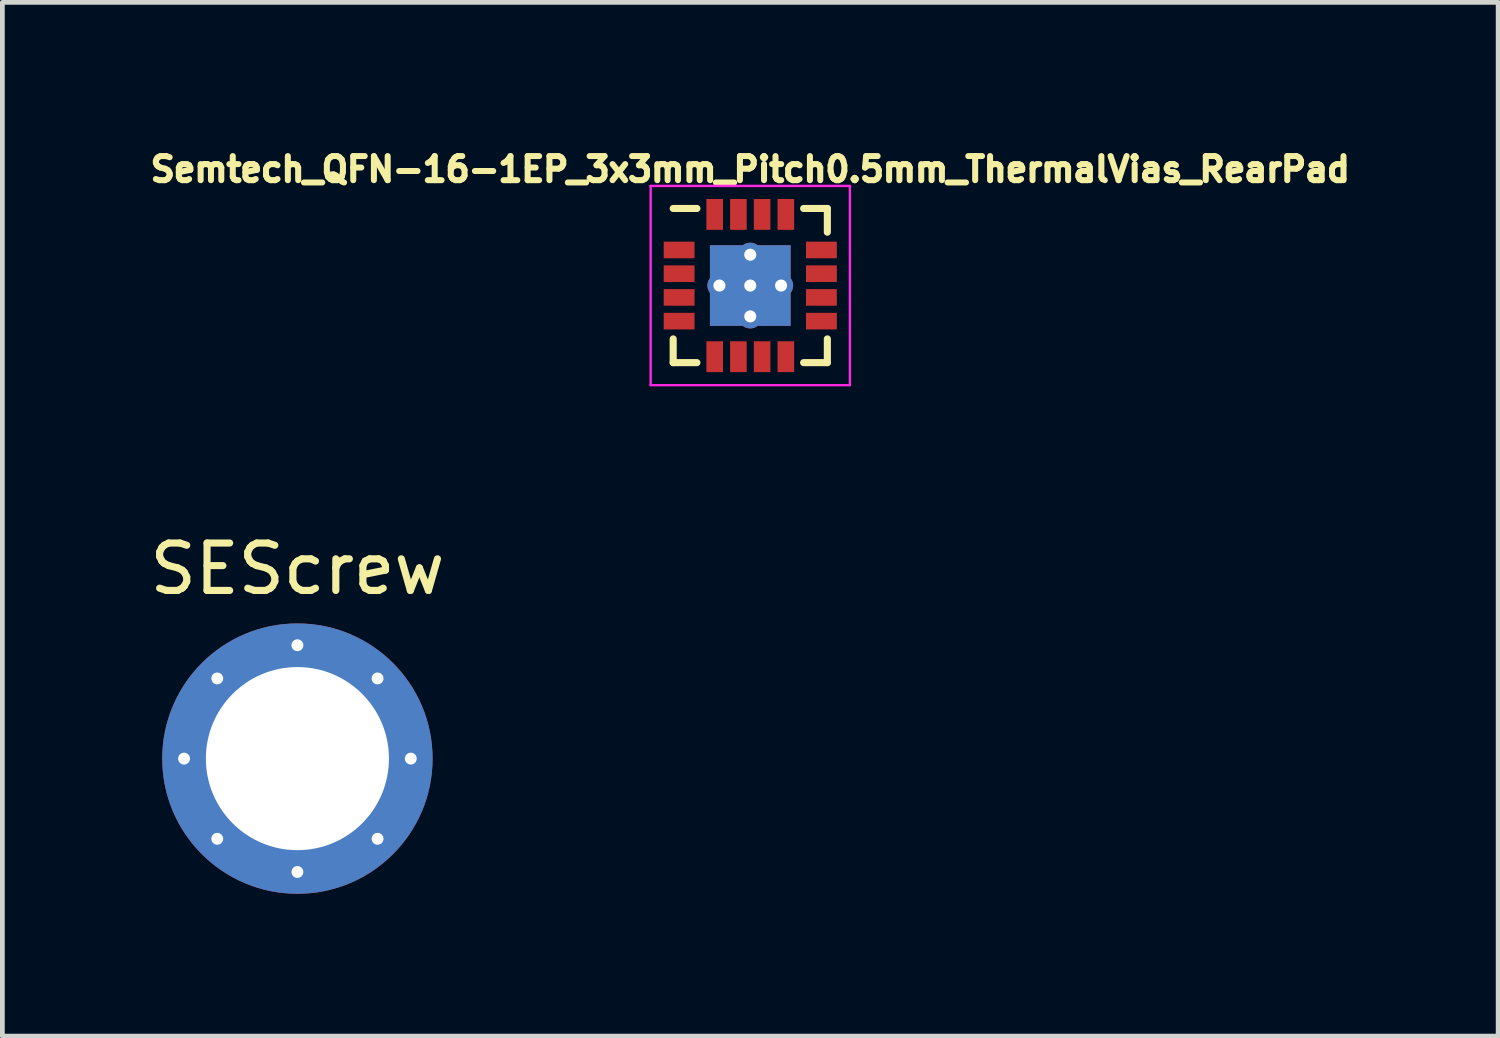
<source format=kicad_pcb>
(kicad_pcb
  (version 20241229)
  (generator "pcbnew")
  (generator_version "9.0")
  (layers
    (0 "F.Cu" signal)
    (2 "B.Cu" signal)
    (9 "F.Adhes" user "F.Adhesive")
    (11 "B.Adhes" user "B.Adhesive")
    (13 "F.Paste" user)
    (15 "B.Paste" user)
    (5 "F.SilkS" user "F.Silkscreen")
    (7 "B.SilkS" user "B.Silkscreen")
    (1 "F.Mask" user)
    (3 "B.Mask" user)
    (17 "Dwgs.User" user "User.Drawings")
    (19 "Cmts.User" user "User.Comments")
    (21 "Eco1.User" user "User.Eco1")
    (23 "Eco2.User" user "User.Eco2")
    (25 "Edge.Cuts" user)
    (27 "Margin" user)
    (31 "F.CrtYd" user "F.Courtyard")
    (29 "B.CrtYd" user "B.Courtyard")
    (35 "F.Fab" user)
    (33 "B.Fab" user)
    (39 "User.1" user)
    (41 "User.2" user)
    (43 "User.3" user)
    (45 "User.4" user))
  (footprint "Semtech_QFN-16-1EP_3x3mm_Pitch0.5mm_ThermalVias_RearPad"
    (layer "F.Cu")
    (at 12.767 2.97)
    (property "Reference" "Semtech_QFN-16-1EP_3x3mm_Pitch0.5mm_ThermalVias_RearPad" (at 0 -2.45 0) (layer "F.SilkS") (effects (font (size 0.508 0.508) (thickness 0.127))))
    (attr smd)
    (fp_line (start -1.625 -1.625) (end -1.125 -1.625) (stroke (width 0.15) (type solid)) (layer "F.SilkS"))
    (fp_line (start -1.625 1.625) (end -1.625 1.125) (stroke (width 0.15) (type solid)) (layer "F.SilkS"))
    (fp_line (start -1.625 1.625) (end -1.125 1.625) (stroke (width 0.15) (type solid)) (layer "F.SilkS"))
    (fp_line (start 1.625 -1.625) (end 1.125 -1.625) (stroke (width 0.15) (type solid)) (layer "F.SilkS"))
    (fp_line (start 1.625 -1.625) (end 1.625 -1.125) (stroke (width 0.15) (type solid)) (layer "F.SilkS"))
    (fp_line (start 1.625 1.625) (end 1.125 1.625) (stroke (width 0.15) (type solid)) (layer "F.SilkS"))
    (fp_line (start 1.625 1.625) (end 1.625 1.125) (stroke (width 0.15) (type solid)) (layer "F.SilkS"))
    (fp_line (start -2.1 -2.1) (end -2.1 2.1) (stroke (width 0.05) (type solid)) (layer "F.CrtYd"))
    (fp_line (start -2.1 -2.1) (end 2.1 -2.1) (stroke (width 0.05) (type solid)) (layer "F.CrtYd"))
    (fp_line (start -2.1 2.1) (end 2.1 2.1) (stroke (width 0.05) (type solid)) (layer "F.CrtYd"))
    (fp_line (start 2.1 -2.1) (end 2.1 2.1) (stroke (width 0.05) (type solid)) (layer "F.CrtYd"))
    (pad "" smd rect (at -0.425 -0.425) (size 0.85 0.85) (layers "F.Paste"))
    (pad "" smd rect (at -0.425 0.425) (size 0.85 0.85) (layers "F.Paste"))
    (pad "" smd rect (at 0.425 -0.425) (size 0.85 0.85) (layers "F.Paste"))
    (pad "" smd rect (at 0.425 0.425) (size 0.85 0.85) (layers "F.Paste"))
    (pad "1" smd rect (at -1.5 -0.75) (size 0.65 0.35) (layers "F.Cu" "F.Mask" "F.Paste"))
    (pad "2" smd rect (at -1.5 -0.25) (size 0.65 0.35) (layers "F.Cu" "F.Mask" "F.Paste"))
    (pad "3" smd rect (at -1.5 0.25) (size 0.65 0.35) (layers "F.Cu" "F.Mask" "F.Paste"))
    (pad "4" smd rect (at -1.5 0.75) (size 0.65 0.35) (layers "F.Cu" "F.Mask" "F.Paste"))
    (pad "5" smd rect (at -0.75 1.5) (size 0.35 0.65) (layers "F.Cu" "F.Mask" "F.Paste"))
    (pad "6" smd rect (at -0.25 1.5) (size 0.35 0.65) (layers "F.Cu" "F.Mask" "F.Paste"))
    (pad "7" smd rect (at 0.25 1.5) (size 0.35 0.65) (layers "F.Cu" "F.Mask" "F.Paste"))
    (pad "8" smd rect (at 0.75 1.5) (size 0.35 0.65) (layers "F.Cu" "F.Mask" "F.Paste"))
    (pad "9" smd rect (at 1.5 0.75) (size 0.65 0.35) (layers "F.Cu" "F.Mask" "F.Paste"))
    (pad "10" smd rect (at 1.5 0.25) (size 0.65 0.35) (layers "F.Cu" "F.Mask" "F.Paste"))
    (pad "11" smd rect (at 1.5 -0.25) (size 0.65 0.35) (layers "F.Cu" "F.Mask" "F.Paste"))
    (pad "12" smd rect (at 1.5 -0.75) (size 0.65 0.35) (layers "F.Cu" "F.Mask" "F.Paste"))
    (pad "13" smd rect (at 0.75 -1.5) (size 0.35 0.65) (layers "F.Cu" "F.Mask" "F.Paste"))
    (pad "14" smd rect (at 0.25 -1.5) (size 0.35 0.65) (layers "F.Cu" "F.Mask" "F.Paste"))
    (pad "15" smd rect (at -0.25 -1.5) (size 0.35 0.65) (layers "F.Cu" "F.Mask" "F.Paste"))
    (pad "16" smd rect (at -0.75 -1.5) (size 0.35 0.65) (layers "F.Cu" "F.Mask" "F.Paste"))
    (pad "17" thru_hole circle (at -0.65 0) (size 0.508 0.508) (drill 0.254) (layers "*.Cu" "B.Mask"))
    (pad "17" thru_hole circle (at 0 -0.65) (size 0.508 0.508) (drill 0.254) (layers "*.Cu" "B.Mask"))
    (pad "17" thru_hole circle (at 0 0) (size 0.508 0.508) (drill 0.254) (layers "*.Cu" "*.Mask"))
    (pad "17" smd rect (at 0 0) (size 1.7 1.7) (layers "F.Cu" "F.Mask"))
    (pad "17" smd rect (at 0 0) (size 1.7 1.7) (layers "B.Cu" "B.Mask"))
    (pad "17" thru_hole circle (at 0 0.65) (size 0.508 0.508) (drill 0.254) (layers "*.Cu" "B.Mask"))
    (pad "17" thru_hole circle (at 0.65 0) (size 0.508 0.508) (drill 0.254) (layers "*.Cu" "B.Mask")))
  (footprint "SEScrew"
    (layer "F.Cu")
    (at 3.22 12.943)
    (property "Reference" "SEScrew" (at 0 -4 0) (layer "F.SilkS") (effects (font (size 1 1) (thickness 0.15))))
    (attr through_hole)
    (pad "" thru_hole circle (at -2.39 0) (size 0.5 0.5) (drill 0.25) (layers "*.Cu" "*.Mask"))
    (pad "" thru_hole circle (at -1.69 -1.69) (size 0.5 0.5) (drill 0.25) (layers "*.Cu" "*.Mask"))
    (pad "" thru_hole circle (at -1.69 1.69) (size 0.5 0.5) (drill 0.25) (layers "*.Cu" "*.Mask"))
    (pad "" thru_hole circle (at 0 -2.39) (size 0.5 0.5) (drill 0.25) (layers "*.Cu" "*.Mask"))
    (pad "" np_thru_hole circle (at 0 0) (size 3.86 3.86) (drill 3.86) (layers "*.Cu" "*.Mask"))
    (pad "" smd circle (at 0 0) (size 5.7 5.7) (layers "F.Cu" "F.Mask"))
    (pad "" smd circle (at 0 0) (size 5.7 5.7) (layers "F.Mask" "B.Cu"))
    (pad "" thru_hole circle (at 0 2.39) (size 0.5 0.5) (drill 0.25) (layers "*.Cu" "*.Mask"))
    (pad "" thru_hole circle (at 1.69 -1.69) (size 0.5 0.5) (drill 0.25) (layers "*.Cu" "*.Mask"))
    (pad "" thru_hole circle (at 1.69 1.69) (size 0.5 0.5) (drill 0.25) (layers "*.Cu" "*.Mask"))
    (pad "" thru_hole circle (at 2.39 0) (size 0.5 0.5) (drill 0.25) (layers "*.Cu" "*.Mask")))
  (gr_rect
    (start -3 -3)
    (end 28.534 18.793)
    (stroke (width 0.1) (type default))
    (fill no)
    (layer "Edge.Cuts")))
</source>
